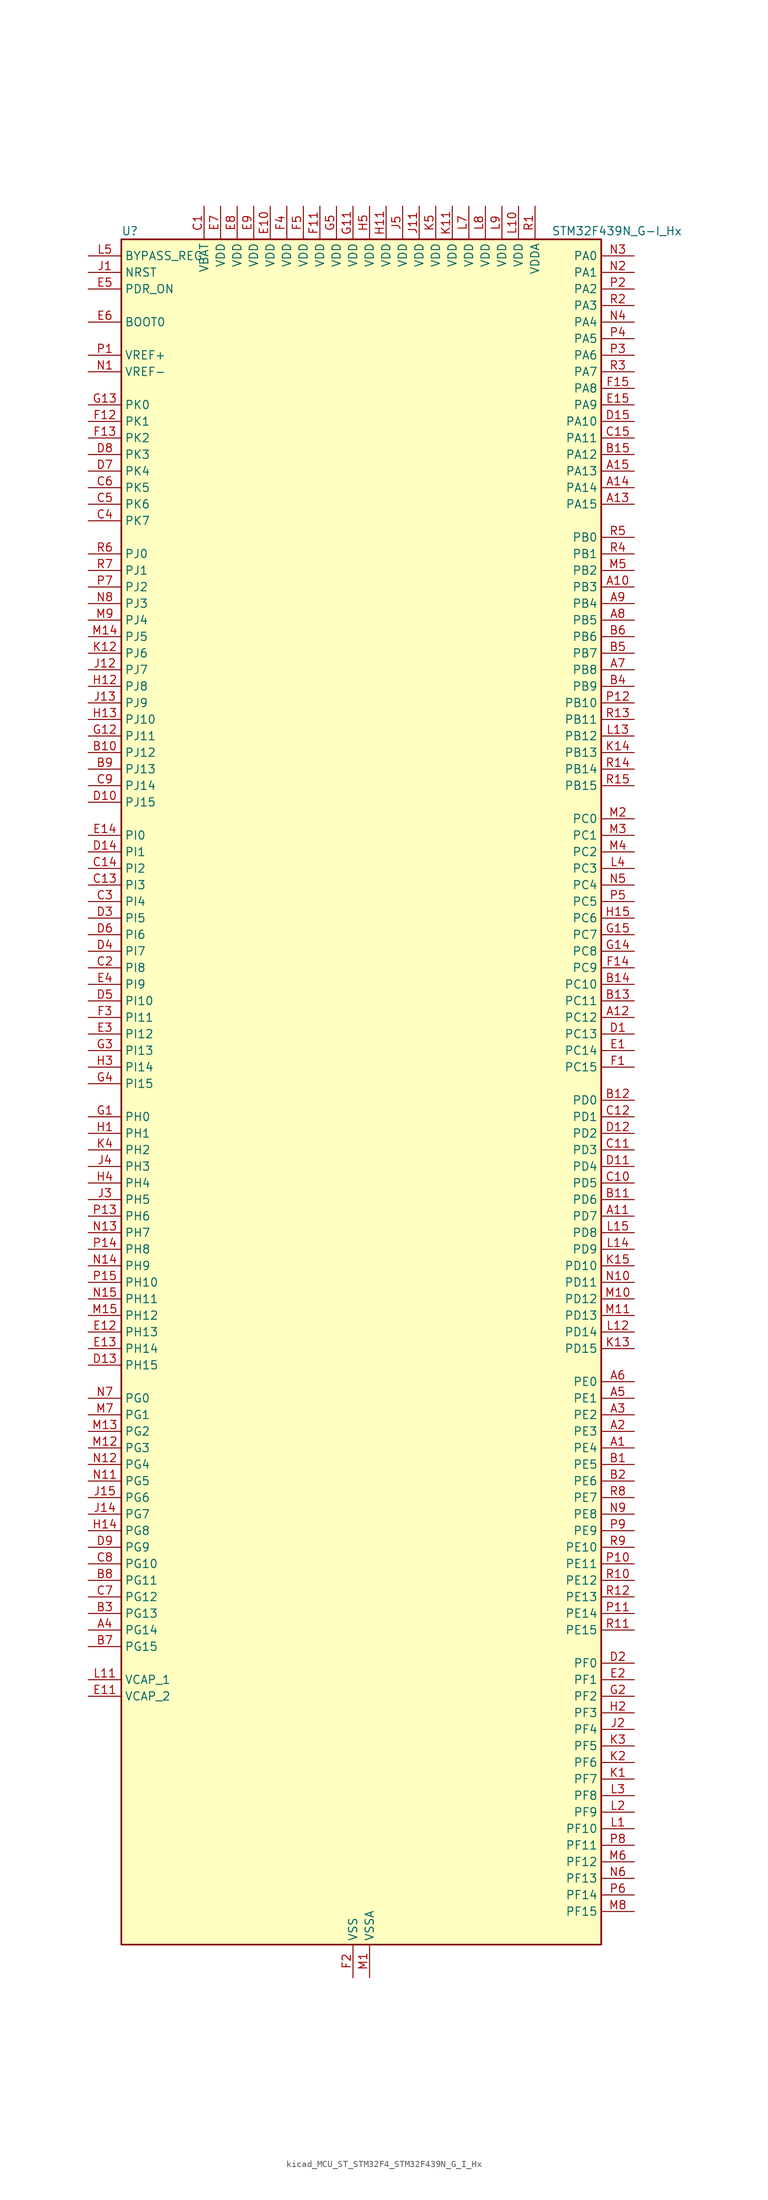
<source format=kicad_sym>
(kicad_symbol_lib
  (version 20220914)
  (generator kicad_symbol_editor)
  (symbol "kicad_MCU_ST_STM32F4_STM32F439N_G_I_Hx"
    (property "Reference" "U"
      (at -35.56 133.35 0)
      (effects (font (size 1.27 1.27)) (justify left)))
    (property "Value" "STM32F439N_G-I_Hx"
      (at 30.48 133.35 0)
      (effects (font (size 1.27 1.27)) (justify left)))
    (property "ki_locked" ""
      (at 0 0 0)
      (effects (font (size 1.27 1.27))))
    (symbol "kicad_MCU_ST_STM32F4_STM32F439N_G_I_Hx_0_1"
      (rectangle (start -35.56 -129.54) (end 38.1 132.08) (stroke (width 0.254) (type default)) (fill (type background))))
    (symbol "kicad_MCU_ST_STM32F4_STM32F439N_G_I_Hx_1_1"
      (pin bidirectional line (at 43.18 -53.34 180) (length 5.08) (name "PE4" (effects (font (size 1.27 1.27)))) (number "A1" (effects (font (size 1.27 1.27)))) (alternate "DCMI_D4" bidirectional line) (alternate "FMC_A20" bidirectional line) (alternate "LTDC_B0" bidirectional line) (alternate "SAI1_FS_A" bidirectional line) (alternate "SPI4_NSS" bidirectional line) (alternate "SYS_TRACED1" bidirectional line))
      (pin bidirectional line (at 43.18 78.74 180) (length 5.08) (name "PB3" (effects (font (size 1.27 1.27)))) (number "A10" (effects (font (size 1.27 1.27)))) (alternate "I2S3_CK" bidirectional line) (alternate "SPI1_SCK" bidirectional line) (alternate "SPI3_SCK" bidirectional line) (alternate "SYS_JTDO-SWO" bidirectional line) (alternate "TIM2_CH2" bidirectional line))
      (pin bidirectional line (at 43.18 -17.78 180) (length 5.08) (name "PD7" (effects (font (size 1.27 1.27)))) (number "A11" (effects (font (size 1.27 1.27)))) (alternate "FMC_NCE2" bidirectional line) (alternate "FMC_NE1" bidirectional line) (alternate "USART2_CK" bidirectional line))
      (pin bidirectional line (at 43.18 12.7 180) (length 5.08) (name "PC12" (effects (font (size 1.27 1.27)))) (number "A12" (effects (font (size 1.27 1.27)))) (alternate "DCMI_D9" bidirectional line) (alternate "I2S3_SD" bidirectional line) (alternate "SDIO_CK" bidirectional line) (alternate "SPI3_MOSI" bidirectional line) (alternate "UART5_TX" bidirectional line) (alternate "USART3_CK" bidirectional line))
      (pin bidirectional line (at 43.18 91.44 180) (length 5.08) (name "PA15" (effects (font (size 1.27 1.27)))) (number "A13" (effects (font (size 1.27 1.27)))) (alternate "ADC1_EXTI15" bidirectional line) (alternate "ADC2_EXTI15" bidirectional line) (alternate "ADC3_EXTI15" bidirectional line) (alternate "I2S3_WS" bidirectional line) (alternate "SPI1_NSS" bidirectional line) (alternate "SPI3_NSS" bidirectional line) (alternate "SYS_JTDI" bidirectional line) (alternate "TIM2_CH1" bidirectional line) (alternate "TIM2_ETR" bidirectional line))
      (pin bidirectional line (at 43.18 93.98 180) (length 5.08) (name "PA14" (effects (font (size 1.27 1.27)))) (number "A14" (effects (font (size 1.27 1.27)))) (alternate "SYS_JTCK-SWCLK" bidirectional line))
      (pin bidirectional line (at 43.18 96.52 180) (length 5.08) (name "PA13" (effects (font (size 1.27 1.27)))) (number "A15" (effects (font (size 1.27 1.27)))) (alternate "SYS_JTMS-SWDIO" bidirectional line))
      (pin bidirectional line (at 43.18 -50.8 180) (length 5.08) (name "PE3" (effects (font (size 1.27 1.27)))) (number "A2" (effects (font (size 1.27 1.27)))) (alternate "FMC_A19" bidirectional line) (alternate "SAI1_SD_B" bidirectional line) (alternate "SYS_TRACED0" bidirectional line))
      (pin bidirectional line (at 43.18 -48.26 180) (length 5.08) (name "PE2" (effects (font (size 1.27 1.27)))) (number "A3" (effects (font (size 1.27 1.27)))) (alternate "ETH_TXD3" bidirectional line) (alternate "FMC_A23" bidirectional line) (alternate "SAI1_MCLK_A" bidirectional line) (alternate "SPI4_SCK" bidirectional line) (alternate "SYS_TRACECLK" bidirectional line))
      (pin bidirectional line (at -40.64 -81.28 0) (length 5.08) (name "PG14" (effects (font (size 1.27 1.27)))) (number "A4" (effects (font (size 1.27 1.27)))) (alternate "ETH_TXD1" bidirectional line) (alternate "FMC_A25" bidirectional line) (alternate "SPI6_MOSI" bidirectional line) (alternate "USART6_TX" bidirectional line))
      (pin bidirectional line (at 43.18 -45.72 180) (length 5.08) (name "PE1" (effects (font (size 1.27 1.27)))) (number "A5" (effects (font (size 1.27 1.27)))) (alternate "DCMI_D3" bidirectional line) (alternate "FMC_NBL1" bidirectional line) (alternate "UART8_TX" bidirectional line))
      (pin bidirectional line (at 43.18 -43.18 180) (length 5.08) (name "PE0" (effects (font (size 1.27 1.27)))) (number "A6" (effects (font (size 1.27 1.27)))) (alternate "DCMI_D2" bidirectional line) (alternate "FMC_NBL0" bidirectional line) (alternate "TIM4_ETR" bidirectional line) (alternate "UART8_RX" bidirectional line))
      (pin bidirectional line (at 43.18 66.04 180) (length 5.08) (name "PB8" (effects (font (size 1.27 1.27)))) (number "A7" (effects (font (size 1.27 1.27)))) (alternate "CAN1_RX" bidirectional line) (alternate "DCMI_D6" bidirectional line) (alternate "ETH_TXD3" bidirectional line) (alternate "I2C1_SCL" bidirectional line) (alternate "LTDC_B6" bidirectional line) (alternate "SDIO_D4" bidirectional line) (alternate "TIM10_CH1" bidirectional line) (alternate "TIM4_CH3" bidirectional line))
      (pin bidirectional line (at 43.18 73.66 180) (length 5.08) (name "PB5" (effects (font (size 1.27 1.27)))) (number "A8" (effects (font (size 1.27 1.27)))) (alternate "CAN2_RX" bidirectional line) (alternate "DCMI_D10" bidirectional line) (alternate "ETH_PPS_OUT" bidirectional line) (alternate "FMC_SDCKE1" bidirectional line) (alternate "I2C1_SMBA" bidirectional line) (alternate "I2S3_SD" bidirectional line) (alternate "SPI1_MOSI" bidirectional line) (alternate "SPI3_MOSI" bidirectional line) (alternate "TIM3_CH2" bidirectional line) (alternate "USB_OTG_HS_ULPI_D7" bidirectional line))
      (pin bidirectional line (at 43.18 76.2 180) (length 5.08) (name "PB4" (effects (font (size 1.27 1.27)))) (number "A9" (effects (font (size 1.27 1.27)))) (alternate "I2S3_ext_SD" bidirectional line) (alternate "SPI1_MISO" bidirectional line) (alternate "SPI3_MISO" bidirectional line) (alternate "SYS_JTRST" bidirectional line) (alternate "TIM3_CH1" bidirectional line))
      (pin bidirectional line (at 43.18 -55.88 180) (length 5.08) (name "PE5" (effects (font (size 1.27 1.27)))) (number "B1" (effects (font (size 1.27 1.27)))) (alternate "DCMI_D6" bidirectional line) (alternate "FMC_A21" bidirectional line) (alternate "LTDC_G0" bidirectional line) (alternate "SAI1_SCK_A" bidirectional line) (alternate "SPI4_MISO" bidirectional line) (alternate "SYS_TRACED2" bidirectional line) (alternate "TIM9_CH1" bidirectional line))
      (pin bidirectional line (at -40.64 53.34 0) (length 5.08) (name "PJ12" (effects (font (size 1.27 1.27)))) (number "B10" (effects (font (size 1.27 1.27)))) (alternate "LTDC_B0" bidirectional line))
      (pin bidirectional line (at 43.18 -15.24 180) (length 5.08) (name "PD6" (effects (font (size 1.27 1.27)))) (number "B11" (effects (font (size 1.27 1.27)))) (alternate "DCMI_D10" bidirectional line) (alternate "FMC_NWAIT" bidirectional line) (alternate "I2S3_SD" bidirectional line) (alternate "LTDC_B2" bidirectional line) (alternate "SAI1_SD_A" bidirectional line) (alternate "SPI3_MOSI" bidirectional line) (alternate "USART2_RX" bidirectional line))
      (pin bidirectional line (at 43.18 0 180) (length 5.08) (name "PD0" (effects (font (size 1.27 1.27)))) (number "B12" (effects (font (size 1.27 1.27)))) (alternate "CAN1_RX" bidirectional line) (alternate "FMC_D2" bidirectional line) (alternate "FMC_DA2" bidirectional line))
      (pin bidirectional line (at 43.18 15.24 180) (length 5.08) (name "PC11" (effects (font (size 1.27 1.27)))) (number "B13" (effects (font (size 1.27 1.27)))) (alternate "ADC1_EXTI11" bidirectional line) (alternate "ADC2_EXTI11" bidirectional line) (alternate "ADC3_EXTI11" bidirectional line) (alternate "DCMI_D4" bidirectional line) (alternate "I2S3_ext_SD" bidirectional line) (alternate "SDIO_D3" bidirectional line) (alternate "SPI3_MISO" bidirectional line) (alternate "UART4_RX" bidirectional line) (alternate "USART3_RX" bidirectional line))
      (pin bidirectional line (at 43.18 17.78 180) (length 5.08) (name "PC10" (effects (font (size 1.27 1.27)))) (number "B14" (effects (font (size 1.27 1.27)))) (alternate "DCMI_D8" bidirectional line) (alternate "I2S3_CK" bidirectional line) (alternate "LTDC_R2" bidirectional line) (alternate "SDIO_D2" bidirectional line) (alternate "SPI3_SCK" bidirectional line) (alternate "UART4_TX" bidirectional line) (alternate "USART3_TX" bidirectional line))
      (pin bidirectional line (at 43.18 99.06 180) (length 5.08) (name "PA12" (effects (font (size 1.27 1.27)))) (number "B15" (effects (font (size 1.27 1.27)))) (alternate "CAN1_TX" bidirectional line) (alternate "LTDC_R5" bidirectional line) (alternate "TIM1_ETR" bidirectional line) (alternate "USART1_RTS" bidirectional line) (alternate "USB_OTG_FS_DP" bidirectional line))
      (pin bidirectional line (at 43.18 -58.42 180) (length 5.08) (name "PE6" (effects (font (size 1.27 1.27)))) (number "B2" (effects (font (size 1.27 1.27)))) (alternate "DCMI_D7" bidirectional line) (alternate "FMC_A22" bidirectional line) (alternate "LTDC_G1" bidirectional line) (alternate "SAI1_SD_A" bidirectional line) (alternate "SPI4_MOSI" bidirectional line) (alternate "SYS_TRACED3" bidirectional line) (alternate "TIM9_CH2" bidirectional line))
      (pin bidirectional line (at -40.64 -78.74 0) (length 5.08) (name "PG13" (effects (font (size 1.27 1.27)))) (number "B3" (effects (font (size 1.27 1.27)))) (alternate "ETH_TXD0" bidirectional line) (alternate "FMC_A24" bidirectional line) (alternate "SPI6_SCK" bidirectional line) (alternate "USART6_CTS" bidirectional line))
      (pin bidirectional line (at 43.18 63.5 180) (length 5.08) (name "PB9" (effects (font (size 1.27 1.27)))) (number "B4" (effects (font (size 1.27 1.27)))) (alternate "CAN1_TX" bidirectional line) (alternate "DAC_EXTI9" bidirectional line) (alternate "DCMI_D7" bidirectional line) (alternate "I2C1_SDA" bidirectional line) (alternate "I2S2_WS" bidirectional line) (alternate "LTDC_B7" bidirectional line) (alternate "SDIO_D5" bidirectional line) (alternate "SPI2_NSS" bidirectional line) (alternate "TIM11_CH1" bidirectional line) (alternate "TIM4_CH4" bidirectional line))
      (pin bidirectional line (at 43.18 68.58 180) (length 5.08) (name "PB7" (effects (font (size 1.27 1.27)))) (number "B5" (effects (font (size 1.27 1.27)))) (alternate "DCMI_VSYNC" bidirectional line) (alternate "FMC_NL" bidirectional line) (alternate "I2C1_SDA" bidirectional line) (alternate "TIM4_CH2" bidirectional line) (alternate "USART1_RX" bidirectional line))
      (pin bidirectional line (at 43.18 71.12 180) (length 5.08) (name "PB6" (effects (font (size 1.27 1.27)))) (number "B6" (effects (font (size 1.27 1.27)))) (alternate "CAN2_TX" bidirectional line) (alternate "DCMI_D5" bidirectional line) (alternate "FMC_SDNE1" bidirectional line) (alternate "I2C1_SCL" bidirectional line) (alternate "TIM4_CH1" bidirectional line) (alternate "USART1_TX" bidirectional line))
      (pin bidirectional line (at -40.64 -83.82 0) (length 5.08) (name "PG15" (effects (font (size 1.27 1.27)))) (number "B7" (effects (font (size 1.27 1.27)))) (alternate "ADC1_EXTI15" bidirectional line) (alternate "ADC2_EXTI15" bidirectional line) (alternate "ADC3_EXTI15" bidirectional line) (alternate "DCMI_D13" bidirectional line) (alternate "FMC_SDNCAS" bidirectional line) (alternate "USART6_CTS" bidirectional line))
      (pin bidirectional line (at -40.64 -73.66 0) (length 5.08) (name "PG11" (effects (font (size 1.27 1.27)))) (number "B8" (effects (font (size 1.27 1.27)))) (alternate "ADC1_EXTI11" bidirectional line) (alternate "ADC2_EXTI11" bidirectional line) (alternate "ADC3_EXTI11" bidirectional line) (alternate "DCMI_D3" bidirectional line) (alternate "ETH_TX_EN" bidirectional line) (alternate "FMC_NCE4_2" bidirectional line) (alternate "LTDC_B3" bidirectional line))
      (pin bidirectional line (at -40.64 50.8 0) (length 5.08) (name "PJ13" (effects (font (size 1.27 1.27)))) (number "B9" (effects (font (size 1.27 1.27)))) (alternate "LTDC_B1" bidirectional line))
      (pin power_in line (at -22.86 137.16 270) (length 5.08) (name "VBAT" (effects (font (size 1.27 1.27)))) (number "C1" (effects (font (size 1.27 1.27)))))
      (pin bidirectional line (at 43.18 -12.7 180) (length 5.08) (name "PD5" (effects (font (size 1.27 1.27)))) (number "C10" (effects (font (size 1.27 1.27)))) (alternate "FMC_NWE" bidirectional line) (alternate "USART2_TX" bidirectional line))
      (pin bidirectional line (at 43.18 -7.62 180) (length 5.08) (name "PD3" (effects (font (size 1.27 1.27)))) (number "C11" (effects (font (size 1.27 1.27)))) (alternate "DCMI_D5" bidirectional line) (alternate "FMC_CLK" bidirectional line) (alternate "I2S2_CK" bidirectional line) (alternate "LTDC_G7" bidirectional line) (alternate "SPI2_SCK" bidirectional line) (alternate "USART2_CTS" bidirectional line))
      (pin bidirectional line (at 43.18 -2.54 180) (length 5.08) (name "PD1" (effects (font (size 1.27 1.27)))) (number "C12" (effects (font (size 1.27 1.27)))) (alternate "CAN1_TX" bidirectional line) (alternate "FMC_D3" bidirectional line) (alternate "FMC_DA3" bidirectional line))
      (pin bidirectional line (at -40.64 33.02 0) (length 5.08) (name "PI3" (effects (font (size 1.27 1.27)))) (number "C13" (effects (font (size 1.27 1.27)))) (alternate "DCMI_D10" bidirectional line) (alternate "FMC_D27" bidirectional line) (alternate "I2S2_SD" bidirectional line) (alternate "SPI2_MOSI" bidirectional line) (alternate "TIM8_ETR" bidirectional line))
      (pin bidirectional line (at -40.64 35.56 0) (length 5.08) (name "PI2" (effects (font (size 1.27 1.27)))) (number "C14" (effects (font (size 1.27 1.27)))) (alternate "DCMI_D9" bidirectional line) (alternate "FMC_D26" bidirectional line) (alternate "I2S2_ext_SD" bidirectional line) (alternate "LTDC_G7" bidirectional line) (alternate "SPI2_MISO" bidirectional line) (alternate "TIM8_CH4" bidirectional line))
      (pin bidirectional line (at 43.18 101.6 180) (length 5.08) (name "PA11" (effects (font (size 1.27 1.27)))) (number "C15" (effects (font (size 1.27 1.27)))) (alternate "ADC1_EXTI11" bidirectional line) (alternate "ADC2_EXTI11" bidirectional line) (alternate "ADC3_EXTI11" bidirectional line) (alternate "CAN1_RX" bidirectional line) (alternate "LTDC_R4" bidirectional line) (alternate "TIM1_CH4" bidirectional line) (alternate "USART1_CTS" bidirectional line) (alternate "USB_OTG_FS_DM" bidirectional line))
      (pin bidirectional line (at -40.64 20.32 0) (length 5.08) (name "PI8" (effects (font (size 1.27 1.27)))) (number "C2" (effects (font (size 1.27 1.27)))) (alternate "RTC_AF2" bidirectional line))
      (pin bidirectional line (at -40.64 30.48 0) (length 5.08) (name "PI4" (effects (font (size 1.27 1.27)))) (number "C3" (effects (font (size 1.27 1.27)))) (alternate "DCMI_D5" bidirectional line) (alternate "FMC_NBL2" bidirectional line) (alternate "LTDC_B4" bidirectional line) (alternate "TIM8_BKIN" bidirectional line))
      (pin bidirectional line (at -40.64 88.9 0) (length 5.08) (name "PK7" (effects (font (size 1.27 1.27)))) (number "C4" (effects (font (size 1.27 1.27)))) (alternate "LTDC_DE" bidirectional line))
      (pin bidirectional line (at -40.64 91.44 0) (length 5.08) (name "PK6" (effects (font (size 1.27 1.27)))) (number "C5" (effects (font (size 1.27 1.27)))) (alternate "LTDC_B7" bidirectional line))
      (pin bidirectional line (at -40.64 93.98 0) (length 5.08) (name "PK5" (effects (font (size 1.27 1.27)))) (number "C6" (effects (font (size 1.27 1.27)))) (alternate "LTDC_B6" bidirectional line))
      (pin bidirectional line (at -40.64 -76.2 0) (length 5.08) (name "PG12" (effects (font (size 1.27 1.27)))) (number "C7" (effects (font (size 1.27 1.27)))) (alternate "FMC_NE4" bidirectional line) (alternate "LTDC_B1" bidirectional line) (alternate "LTDC_B4" bidirectional line) (alternate "SPI6_MISO" bidirectional line) (alternate "USART6_RTS" bidirectional line))
      (pin bidirectional line (at -40.64 -71.12 0) (length 5.08) (name "PG10" (effects (font (size 1.27 1.27)))) (number "C8" (effects (font (size 1.27 1.27)))) (alternate "DCMI_D2" bidirectional line) (alternate "FMC_NCE4_1" bidirectional line) (alternate "FMC_NE3" bidirectional line) (alternate "LTDC_B2" bidirectional line) (alternate "LTDC_G3" bidirectional line))
      (pin bidirectional line (at -40.64 48.26 0) (length 5.08) (name "PJ14" (effects (font (size 1.27 1.27)))) (number "C9" (effects (font (size 1.27 1.27)))) (alternate "LTDC_B2" bidirectional line))
      (pin bidirectional line (at 43.18 10.16 180) (length 5.08) (name "PC13" (effects (font (size 1.27 1.27)))) (number "D1" (effects (font (size 1.27 1.27)))) (alternate "RTC_AF1" bidirectional line))
      (pin bidirectional line (at -40.64 45.72 0) (length 5.08) (name "PJ15" (effects (font (size 1.27 1.27)))) (number "D10" (effects (font (size 1.27 1.27)))) (alternate "ADC1_EXTI15" bidirectional line) (alternate "ADC2_EXTI15" bidirectional line) (alternate "ADC3_EXTI15" bidirectional line) (alternate "LTDC_B3" bidirectional line))
      (pin bidirectional line (at 43.18 -10.16 180) (length 5.08) (name "PD4" (effects (font (size 1.27 1.27)))) (number "D11" (effects (font (size 1.27 1.27)))) (alternate "FMC_NOE" bidirectional line) (alternate "USART2_RTS" bidirectional line))
      (pin bidirectional line (at 43.18 -5.08 180) (length 5.08) (name "PD2" (effects (font (size 1.27 1.27)))) (number "D12" (effects (font (size 1.27 1.27)))) (alternate "DCMI_D11" bidirectional line) (alternate "SDIO_CMD" bidirectional line) (alternate "TIM3_ETR" bidirectional line) (alternate "UART5_RX" bidirectional line))
      (pin bidirectional line (at -40.64 -40.64 0) (length 5.08) (name "PH15" (effects (font (size 1.27 1.27)))) (number "D13" (effects (font (size 1.27 1.27)))) (alternate "ADC1_EXTI15" bidirectional line) (alternate "ADC2_EXTI15" bidirectional line) (alternate "ADC3_EXTI15" bidirectional line) (alternate "DCMI_D11" bidirectional line) (alternate "FMC_D23" bidirectional line) (alternate "LTDC_G4" bidirectional line) (alternate "TIM8_CH3N" bidirectional line))
      (pin bidirectional line (at -40.64 38.1 0) (length 5.08) (name "PI1" (effects (font (size 1.27 1.27)))) (number "D14" (effects (font (size 1.27 1.27)))) (alternate "DCMI_D8" bidirectional line) (alternate "FMC_D25" bidirectional line) (alternate "I2S2_CK" bidirectional line) (alternate "LTDC_G6" bidirectional line) (alternate "SPI2_SCK" bidirectional line))
      (pin bidirectional line (at 43.18 104.14 180) (length 5.08) (name "PA10" (effects (font (size 1.27 1.27)))) (number "D15" (effects (font (size 1.27 1.27)))) (alternate "DCMI_D1" bidirectional line) (alternate "TIM1_CH3" bidirectional line) (alternate "USART1_RX" bidirectional line) (alternate "USB_OTG_FS_ID" bidirectional line))
      (pin bidirectional line (at 43.18 -86.36 180) (length 5.08) (name "PF0" (effects (font (size 1.27 1.27)))) (number "D2" (effects (font (size 1.27 1.27)))) (alternate "FMC_A0" bidirectional line) (alternate "I2C2_SDA" bidirectional line))
      (pin bidirectional line (at -40.64 27.94 0) (length 5.08) (name "PI5" (effects (font (size 1.27 1.27)))) (number "D3" (effects (font (size 1.27 1.27)))) (alternate "DCMI_VSYNC" bidirectional line) (alternate "FMC_NBL3" bidirectional line) (alternate "LTDC_B5" bidirectional line) (alternate "TIM8_CH1" bidirectional line))
      (pin bidirectional line (at -40.64 22.86 0) (length 5.08) (name "PI7" (effects (font (size 1.27 1.27)))) (number "D4" (effects (font (size 1.27 1.27)))) (alternate "DCMI_D7" bidirectional line) (alternate "FMC_D29" bidirectional line) (alternate "LTDC_B7" bidirectional line) (alternate "TIM8_CH3" bidirectional line))
      (pin bidirectional line (at -40.64 15.24 0) (length 5.08) (name "PI10" (effects (font (size 1.27 1.27)))) (number "D5" (effects (font (size 1.27 1.27)))) (alternate "ETH_RX_ER" bidirectional line) (alternate "FMC_D31" bidirectional line) (alternate "LTDC_HSYNC" bidirectional line))
      (pin bidirectional line (at -40.64 25.4 0) (length 5.08) (name "PI6" (effects (font (size 1.27 1.27)))) (number "D6" (effects (font (size 1.27 1.27)))) (alternate "DCMI_D6" bidirectional line) (alternate "FMC_D28" bidirectional line) (alternate "LTDC_B6" bidirectional line) (alternate "TIM8_CH2" bidirectional line))
      (pin bidirectional line (at -40.64 96.52 0) (length 5.08) (name "PK4" (effects (font (size 1.27 1.27)))) (number "D7" (effects (font (size 1.27 1.27)))) (alternate "LTDC_B5" bidirectional line))
      (pin bidirectional line (at -40.64 99.06 0) (length 5.08) (name "PK3" (effects (font (size 1.27 1.27)))) (number "D8" (effects (font (size 1.27 1.27)))) (alternate "LTDC_B4" bidirectional line))
      (pin bidirectional line (at -40.64 -68.58 0) (length 5.08) (name "PG9" (effects (font (size 1.27 1.27)))) (number "D9" (effects (font (size 1.27 1.27)))) (alternate "DAC_EXTI9" bidirectional line) (alternate "DCMI_VSYNC" bidirectional line) (alternate "FMC_NCE3" bidirectional line) (alternate "FMC_NE2" bidirectional line) (alternate "USART6_RX" bidirectional line))
      (pin bidirectional line (at 43.18 7.62 180) (length 5.08) (name "PC14" (effects (font (size 1.27 1.27)))) (number "E1" (effects (font (size 1.27 1.27)))) (alternate "RCC_OSC32_IN" bidirectional line))
      (pin power_in line (at -12.7 137.16 270) (length 5.08) (name "VDD" (effects (font (size 1.27 1.27)))) (number "E10" (effects (font (size 1.27 1.27)))))
      (pin power_out line (at -40.64 -91.44 0) (length 5.08) (name "VCAP_2" (effects (font (size 1.27 1.27)))) (number "E11" (effects (font (size 1.27 1.27)))))
      (pin bidirectional line (at -40.64 -35.56 0) (length 5.08) (name "PH13" (effects (font (size 1.27 1.27)))) (number "E12" (effects (font (size 1.27 1.27)))) (alternate "CAN1_TX" bidirectional line) (alternate "FMC_D21" bidirectional line) (alternate "LTDC_G2" bidirectional line) (alternate "TIM8_CH1N" bidirectional line))
      (pin bidirectional line (at -40.64 -38.1 0) (length 5.08) (name "PH14" (effects (font (size 1.27 1.27)))) (number "E13" (effects (font (size 1.27 1.27)))) (alternate "DCMI_D4" bidirectional line) (alternate "FMC_D22" bidirectional line) (alternate "LTDC_G3" bidirectional line) (alternate "TIM8_CH2N" bidirectional line))
      (pin bidirectional line (at -40.64 40.64 0) (length 5.08) (name "PI0" (effects (font (size 1.27 1.27)))) (number "E14" (effects (font (size 1.27 1.27)))) (alternate "DCMI_D13" bidirectional line) (alternate "FMC_D24" bidirectional line) (alternate "I2S2_WS" bidirectional line) (alternate "LTDC_G5" bidirectional line) (alternate "SPI2_NSS" bidirectional line) (alternate "TIM5_CH4" bidirectional line))
      (pin bidirectional line (at 43.18 106.68 180) (length 5.08) (name "PA9" (effects (font (size 1.27 1.27)))) (number "E15" (effects (font (size 1.27 1.27)))) (alternate "DAC_EXTI9" bidirectional line) (alternate "DCMI_D0" bidirectional line) (alternate "I2C3_SMBA" bidirectional line) (alternate "TIM1_CH2" bidirectional line) (alternate "USART1_TX" bidirectional line) (alternate "USB_OTG_FS_VBUS" bidirectional line))
      (pin bidirectional line (at 43.18 -88.9 180) (length 5.08) (name "PF1" (effects (font (size 1.27 1.27)))) (number "E2" (effects (font (size 1.27 1.27)))) (alternate "FMC_A1" bidirectional line) (alternate "I2C2_SCL" bidirectional line))
      (pin bidirectional line (at -40.64 10.16 0) (length 5.08) (name "PI12" (effects (font (size 1.27 1.27)))) (number "E3" (effects (font (size 1.27 1.27)))) (alternate "LTDC_HSYNC" bidirectional line))
      (pin bidirectional line (at -40.64 17.78 0) (length 5.08) (name "PI9" (effects (font (size 1.27 1.27)))) (number "E4" (effects (font (size 1.27 1.27)))) (alternate "CAN1_RX" bidirectional line) (alternate "DAC_EXTI9" bidirectional line) (alternate "FMC_D30" bidirectional line) (alternate "LTDC_VSYNC" bidirectional line))
      (pin input line (at -40.64 124.46 0) (length 5.08) (name "PDR_ON" (effects (font (size 1.27 1.27)))) (number "E5" (effects (font (size 1.27 1.27)))))
      (pin input line (at -40.64 119.38 0) (length 5.08) (name "BOOT0" (effects (font (size 1.27 1.27)))) (number "E6" (effects (font (size 1.27 1.27)))))
      (pin power_in line (at -20.32 137.16 270) (length 5.08) (name "VDD" (effects (font (size 1.27 1.27)))) (number "E7" (effects (font (size 1.27 1.27)))))
      (pin power_in line (at -17.78 137.16 270) (length 5.08) (name "VDD" (effects (font (size 1.27 1.27)))) (number "E8" (effects (font (size 1.27 1.27)))))
      (pin power_in line (at -15.24 137.16 270) (length 5.08) (name "VDD" (effects (font (size 1.27 1.27)))) (number "E9" (effects (font (size 1.27 1.27)))))
      (pin bidirectional line (at 43.18 5.08 180) (length 5.08) (name "PC15" (effects (font (size 1.27 1.27)))) (number "F1" (effects (font (size 1.27 1.27)))) (alternate "ADC1_EXTI15" bidirectional line) (alternate "ADC2_EXTI15" bidirectional line) (alternate "ADC3_EXTI15" bidirectional line) (alternate "RCC_OSC32_OUT" bidirectional line))
      (pin passive line (at 0 -134.62 90) (length 5.08) hide (name "VSS" (effects (font (size 1.27 1.27)))) (number "F10" (effects (font (size 1.27 1.27)))))
      (pin power_in line (at -5.08 137.16 270) (length 5.08) (name "VDD" (effects (font (size 1.27 1.27)))) (number "F11" (effects (font (size 1.27 1.27)))))
      (pin bidirectional line (at -40.64 104.14 0) (length 5.08) (name "PK1" (effects (font (size 1.27 1.27)))) (number "F12" (effects (font (size 1.27 1.27)))) (alternate "LTDC_G6" bidirectional line))
      (pin bidirectional line (at -40.64 101.6 0) (length 5.08) (name "PK2" (effects (font (size 1.27 1.27)))) (number "F13" (effects (font (size 1.27 1.27)))) (alternate "LTDC_G7" bidirectional line))
      (pin bidirectional line (at 43.18 20.32 180) (length 5.08) (name "PC9" (effects (font (size 1.27 1.27)))) (number "F14" (effects (font (size 1.27 1.27)))) (alternate "DAC_EXTI9" bidirectional line) (alternate "DCMI_D3" bidirectional line) (alternate "I2C3_SDA" bidirectional line) (alternate "I2S_CKIN" bidirectional line) (alternate "RCC_MCO_2" bidirectional line) (alternate "SDIO_D1" bidirectional line) (alternate "TIM3_CH4" bidirectional line) (alternate "TIM8_CH4" bidirectional line))
      (pin bidirectional line (at 43.18 109.22 180) (length 5.08) (name "PA8" (effects (font (size 1.27 1.27)))) (number "F15" (effects (font (size 1.27 1.27)))) (alternate "I2C3_SCL" bidirectional line) (alternate "LTDC_R6" bidirectional line) (alternate "RCC_MCO_1" bidirectional line) (alternate "TIM1_CH1" bidirectional line) (alternate "USART1_CK" bidirectional line) (alternate "USB_OTG_FS_SOF" bidirectional line))
      (pin power_in line (at 0 -134.62 90) (length 5.08) (name "VSS" (effects (font (size 1.27 1.27)))) (number "F2" (effects (font (size 1.27 1.27)))))
      (pin bidirectional line (at -40.64 12.7 0) (length 5.08) (name "PI11" (effects (font (size 1.27 1.27)))) (number "F3" (effects (font (size 1.27 1.27)))) (alternate "ADC1_EXTI11" bidirectional line) (alternate "ADC2_EXTI11" bidirectional line) (alternate "ADC3_EXTI11" bidirectional line) (alternate "USB_OTG_HS_ULPI_DIR" bidirectional line))
      (pin power_in line (at -10.16 137.16 270) (length 5.08) (name "VDD" (effects (font (size 1.27 1.27)))) (number "F4" (effects (font (size 1.27 1.27)))))
      (pin power_in line (at -7.62 137.16 270) (length 5.08) (name "VDD" (effects (font (size 1.27 1.27)))) (number "F5" (effects (font (size 1.27 1.27)))))
      (pin passive line (at 0 -134.62 90) (length 5.08) hide (name "VSS" (effects (font (size 1.27 1.27)))) (number "F6" (effects (font (size 1.27 1.27)))))
      (pin passive line (at 0 -134.62 90) (length 5.08) hide (name "VSS" (effects (font (size 1.27 1.27)))) (number "F7" (effects (font (size 1.27 1.27)))))
      (pin passive line (at 0 -134.62 90) (length 5.08) hide (name "VSS" (effects (font (size 1.27 1.27)))) (number "F8" (effects (font (size 1.27 1.27)))))
      (pin passive line (at 0 -134.62 90) (length 5.08) hide (name "VSS" (effects (font (size 1.27 1.27)))) (number "F9" (effects (font (size 1.27 1.27)))))
      (pin bidirectional line (at -40.64 -2.54 0) (length 5.08) (name "PH0" (effects (font (size 1.27 1.27)))) (number "G1" (effects (font (size 1.27 1.27)))) (alternate "RCC_OSC_IN" bidirectional line))
      (pin passive line (at 0 -134.62 90) (length 5.08) hide (name "VSS" (effects (font (size 1.27 1.27)))) (number "G10" (effects (font (size 1.27 1.27)))))
      (pin power_in line (at 0 137.16 270) (length 5.08) (name "VDD" (effects (font (size 1.27 1.27)))) (number "G11" (effects (font (size 1.27 1.27)))))
      (pin bidirectional line (at -40.64 55.88 0) (length 5.08) (name "PJ11" (effects (font (size 1.27 1.27)))) (number "G12" (effects (font (size 1.27 1.27)))) (alternate "ADC1_EXTI11" bidirectional line) (alternate "ADC2_EXTI11" bidirectional line) (alternate "ADC3_EXTI11" bidirectional line) (alternate "LTDC_G4" bidirectional line))
      (pin bidirectional line (at -40.64 106.68 0) (length 5.08) (name "PK0" (effects (font (size 1.27 1.27)))) (number "G13" (effects (font (size 1.27 1.27)))) (alternate "LTDC_G5" bidirectional line))
      (pin bidirectional line (at 43.18 22.86 180) (length 5.08) (name "PC8" (effects (font (size 1.27 1.27)))) (number "G14" (effects (font (size 1.27 1.27)))) (alternate "DCMI_D2" bidirectional line) (alternate "SDIO_D0" bidirectional line) (alternate "TIM3_CH3" bidirectional line) (alternate "TIM8_CH3" bidirectional line) (alternate "USART6_CK" bidirectional line))
      (pin bidirectional line (at 43.18 25.4 180) (length 5.08) (name "PC7" (effects (font (size 1.27 1.27)))) (number "G15" (effects (font (size 1.27 1.27)))) (alternate "DCMI_D1" bidirectional line) (alternate "I2S3_MCK" bidirectional line) (alternate "LTDC_G6" bidirectional line) (alternate "SDIO_D7" bidirectional line) (alternate "TIM3_CH2" bidirectional line) (alternate "TIM8_CH2" bidirectional line) (alternate "USART6_RX" bidirectional line))
      (pin bidirectional line (at 43.18 -91.44 180) (length 5.08) (name "PF2" (effects (font (size 1.27 1.27)))) (number "G2" (effects (font (size 1.27 1.27)))) (alternate "FMC_A2" bidirectional line) (alternate "I2C2_SMBA" bidirectional line))
      (pin bidirectional line (at -40.64 7.62 0) (length 5.08) (name "PI13" (effects (font (size 1.27 1.27)))) (number "G3" (effects (font (size 1.27 1.27)))) (alternate "LTDC_VSYNC" bidirectional line))
      (pin bidirectional line (at -40.64 2.54 0) (length 5.08) (name "PI15" (effects (font (size 1.27 1.27)))) (number "G4" (effects (font (size 1.27 1.27)))) (alternate "ADC1_EXTI15" bidirectional line) (alternate "ADC2_EXTI15" bidirectional line) (alternate "ADC3_EXTI15" bidirectional line) (alternate "LTDC_R0" bidirectional line))
      (pin power_in line (at -2.54 137.16 270) (length 5.08) (name "VDD" (effects (font (size 1.27 1.27)))) (number "G5" (effects (font (size 1.27 1.27)))))
      (pin passive line (at 0 -134.62 90) (length 5.08) hide (name "VSS" (effects (font (size 1.27 1.27)))) (number "G6" (effects (font (size 1.27 1.27)))))
      (pin bidirectional line (at -40.64 -5.08 0) (length 5.08) (name "PH1" (effects (font (size 1.27 1.27)))) (number "H1" (effects (font (size 1.27 1.27)))) (alternate "RCC_OSC_OUT" bidirectional line))
      (pin passive line (at 0 -134.62 90) (length 5.08) hide (name "VSS" (effects (font (size 1.27 1.27)))) (number "H10" (effects (font (size 1.27 1.27)))))
      (pin power_in line (at 5.08 137.16 270) (length 5.08) (name "VDD" (effects (font (size 1.27 1.27)))) (number "H11" (effects (font (size 1.27 1.27)))))
      (pin bidirectional line (at -40.64 63.5 0) (length 5.08) (name "PJ8" (effects (font (size 1.27 1.27)))) (number "H12" (effects (font (size 1.27 1.27)))) (alternate "LTDC_G1" bidirectional line))
      (pin bidirectional line (at -40.64 58.42 0) (length 5.08) (name "PJ10" (effects (font (size 1.27 1.27)))) (number "H13" (effects (font (size 1.27 1.27)))) (alternate "LTDC_G3" bidirectional line))
      (pin bidirectional line (at -40.64 -66.04 0) (length 5.08) (name "PG8" (effects (font (size 1.27 1.27)))) (number "H14" (effects (font (size 1.27 1.27)))) (alternate "ETH_PPS_OUT" bidirectional line) (alternate "FMC_SDCLK" bidirectional line) (alternate "SPI6_NSS" bidirectional line) (alternate "USART6_RTS" bidirectional line))
      (pin bidirectional line (at 43.18 27.94 180) (length 5.08) (name "PC6" (effects (font (size 1.27 1.27)))) (number "H15" (effects (font (size 1.27 1.27)))) (alternate "DCMI_D0" bidirectional line) (alternate "I2S2_MCK" bidirectional line) (alternate "LTDC_HSYNC" bidirectional line) (alternate "SDIO_D6" bidirectional line) (alternate "TIM3_CH1" bidirectional line) (alternate "TIM8_CH1" bidirectional line) (alternate "USART6_TX" bidirectional line))
      (pin bidirectional line (at 43.18 -93.98 180) (length 5.08) (name "PF3" (effects (font (size 1.27 1.27)))) (number "H2" (effects (font (size 1.27 1.27)))) (alternate "ADC3_IN9" bidirectional line) (alternate "FMC_A3" bidirectional line))
      (pin bidirectional line (at -40.64 5.08 0) (length 5.08) (name "PI14" (effects (font (size 1.27 1.27)))) (number "H3" (effects (font (size 1.27 1.27)))) (alternate "LTDC_CLK" bidirectional line))
      (pin bidirectional line (at -40.64 -12.7 0) (length 5.08) (name "PH4" (effects (font (size 1.27 1.27)))) (number "H4" (effects (font (size 1.27 1.27)))) (alternate "I2C2_SCL" bidirectional line) (alternate "USB_OTG_HS_ULPI_NXT" bidirectional line))
      (pin power_in line (at 2.54 137.16 270) (length 5.08) (name "VDD" (effects (font (size 1.27 1.27)))) (number "H5" (effects (font (size 1.27 1.27)))))
      (pin passive line (at 0 -134.62 90) (length 5.08) hide (name "VSS" (effects (font (size 1.27 1.27)))) (number "H6" (effects (font (size 1.27 1.27)))))
      (pin input line (at -40.64 127 0) (length 5.08) (name "NRST" (effects (font (size 1.27 1.27)))) (number "J1" (effects (font (size 1.27 1.27)))))
      (pin passive line (at 0 -134.62 90) (length 5.08) hide (name "VSS" (effects (font (size 1.27 1.27)))) (number "J10" (effects (font (size 1.27 1.27)))))
      (pin power_in line (at 10.16 137.16 270) (length 5.08) (name "VDD" (effects (font (size 1.27 1.27)))) (number "J11" (effects (font (size 1.27 1.27)))))
      (pin bidirectional line (at -40.64 66.04 0) (length 5.08) (name "PJ7" (effects (font (size 1.27 1.27)))) (number "J12" (effects (font (size 1.27 1.27)))) (alternate "LTDC_G0" bidirectional line))
      (pin bidirectional line (at -40.64 60.96 0) (length 5.08) (name "PJ9" (effects (font (size 1.27 1.27)))) (number "J13" (effects (font (size 1.27 1.27)))) (alternate "DAC_EXTI9" bidirectional line) (alternate "LTDC_G2" bidirectional line))
      (pin bidirectional line (at -40.64 -63.5 0) (length 5.08) (name "PG7" (effects (font (size 1.27 1.27)))) (number "J14" (effects (font (size 1.27 1.27)))) (alternate "DCMI_D13" bidirectional line) (alternate "FMC_INT3" bidirectional line) (alternate "LTDC_CLK" bidirectional line) (alternate "USART6_CK" bidirectional line))
      (pin bidirectional line (at -40.64 -60.96 0) (length 5.08) (name "PG6" (effects (font (size 1.27 1.27)))) (number "J15" (effects (font (size 1.27 1.27)))) (alternate "DCMI_D12" bidirectional line) (alternate "FMC_INT2" bidirectional line) (alternate "LTDC_R7" bidirectional line))
      (pin bidirectional line (at 43.18 -96.52 180) (length 5.08) (name "PF4" (effects (font (size 1.27 1.27)))) (number "J2" (effects (font (size 1.27 1.27)))) (alternate "ADC3_IN14" bidirectional line) (alternate "FMC_A4" bidirectional line))
      (pin bidirectional line (at -40.64 -15.24 0) (length 5.08) (name "PH5" (effects (font (size 1.27 1.27)))) (number "J3" (effects (font (size 1.27 1.27)))) (alternate "FMC_SDNWE" bidirectional line) (alternate "I2C2_SDA" bidirectional line) (alternate "SPI5_NSS" bidirectional line))
      (pin bidirectional line (at -40.64 -10.16 0) (length 5.08) (name "PH3" (effects (font (size 1.27 1.27)))) (number "J4" (effects (font (size 1.27 1.27)))) (alternate "ETH_COL" bidirectional line) (alternate "FMC_SDNE0" bidirectional line) (alternate "LTDC_R1" bidirectional line))
      (pin power_in line (at 7.62 137.16 270) (length 5.08) (name "VDD" (effects (font (size 1.27 1.27)))) (number "J5" (effects (font (size 1.27 1.27)))))
      (pin passive line (at 0 -134.62 90) (length 5.08) hide (name "VSS" (effects (font (size 1.27 1.27)))) (number "J6" (effects (font (size 1.27 1.27)))))
      (pin bidirectional line (at 43.18 -104.14 180) (length 5.08) (name "PF7" (effects (font (size 1.27 1.27)))) (number "K1" (effects (font (size 1.27 1.27)))) (alternate "ADC3_IN5" bidirectional line) (alternate "FMC_NREG" bidirectional line) (alternate "SAI1_MCLK_B" bidirectional line) (alternate "SPI5_SCK" bidirectional line) (alternate "TIM11_CH1" bidirectional line) (alternate "UART7_TX" bidirectional line))
      (pin passive line (at 0 -134.62 90) (length 5.08) hide (name "VSS" (effects (font (size 1.27 1.27)))) (number "K10" (effects (font (size 1.27 1.27)))))
      (pin power_in line (at 15.24 137.16 270) (length 5.08) (name "VDD" (effects (font (size 1.27 1.27)))) (number "K11" (effects (font (size 1.27 1.27)))))
      (pin bidirectional line (at -40.64 68.58 0) (length 5.08) (name "PJ6" (effects (font (size 1.27 1.27)))) (number "K12" (effects (font (size 1.27 1.27)))) (alternate "LTDC_R7" bidirectional line))
      (pin bidirectional line (at 43.18 -38.1 180) (length 5.08) (name "PD15" (effects (font (size 1.27 1.27)))) (number "K13" (effects (font (size 1.27 1.27)))) (alternate "ADC1_EXTI15" bidirectional line) (alternate "ADC2_EXTI15" bidirectional line) (alternate "ADC3_EXTI15" bidirectional line) (alternate "FMC_D1" bidirectional line) (alternate "FMC_DA1" bidirectional line) (alternate "TIM4_CH4" bidirectional line))
      (pin bidirectional line (at 43.18 53.34 180) (length 5.08) (name "PB13" (effects (font (size 1.27 1.27)))) (number "K14" (effects (font (size 1.27 1.27)))) (alternate "CAN2_TX" bidirectional line) (alternate "ETH_TXD1" bidirectional line) (alternate "I2S2_CK" bidirectional line) (alternate "SPI2_SCK" bidirectional line) (alternate "TIM1_CH1N" bidirectional line) (alternate "USART3_CTS" bidirectional line) (alternate "USB_OTG_HS_ULPI_D6" bidirectional line) (alternate "USB_OTG_HS_VBUS" bidirectional line))
      (pin bidirectional line (at 43.18 -25.4 180) (length 5.08) (name "PD10" (effects (font (size 1.27 1.27)))) (number "K15" (effects (font (size 1.27 1.27)))) (alternate "FMC_D15" bidirectional line) (alternate "FMC_DA15" bidirectional line) (alternate "LTDC_B3" bidirectional line) (alternate "USART3_CK" bidirectional line))
      (pin bidirectional line (at 43.18 -101.6 180) (length 5.08) (name "PF6" (effects (font (size 1.27 1.27)))) (number "K2" (effects (font (size 1.27 1.27)))) (alternate "ADC3_IN4" bidirectional line) (alternate "FMC_NIORD" bidirectional line) (alternate "SAI1_SD_B" bidirectional line) (alternate "SPI5_NSS" bidirectional line) (alternate "TIM10_CH1" bidirectional line) (alternate "UART7_RX" bidirectional line))
      (pin bidirectional line (at 43.18 -99.06 180) (length 5.08) (name "PF5" (effects (font (size 1.27 1.27)))) (number "K3" (effects (font (size 1.27 1.27)))) (alternate "ADC3_IN15" bidirectional line) (alternate "FMC_A5" bidirectional line))
      (pin bidirectional line (at -40.64 -7.62 0) (length 5.08) (name "PH2" (effects (font (size 1.27 1.27)))) (number "K4" (effects (font (size 1.27 1.27)))) (alternate "ETH_CRS" bidirectional line) (alternate "FMC_SDCKE0" bidirectional line) (alternate "LTDC_R0" bidirectional line))
      (pin power_in line (at 12.7 137.16 270) (length 5.08) (name "VDD" (effects (font (size 1.27 1.27)))) (number "K5" (effects (font (size 1.27 1.27)))))
      (pin passive line (at 0 -134.62 90) (length 5.08) hide (name "VSS" (effects (font (size 1.27 1.27)))) (number "K6" (effects (font (size 1.27 1.27)))))
      (pin passive line (at 0 -134.62 90) (length 5.08) hide (name "VSS" (effects (font (size 1.27 1.27)))) (number "K7" (effects (font (size 1.27 1.27)))))
      (pin passive line (at 0 -134.62 90) (length 5.08) hide (name "VSS" (effects (font (size 1.27 1.27)))) (number "K8" (effects (font (size 1.27 1.27)))))
      (pin passive line (at 0 -134.62 90) (length 5.08) hide (name "VSS" (effects (font (size 1.27 1.27)))) (number "K9" (effects (font (size 1.27 1.27)))))
      (pin bidirectional line (at 43.18 -111.76 180) (length 5.08) (name "PF10" (effects (font (size 1.27 1.27)))) (number "L1" (effects (font (size 1.27 1.27)))) (alternate "ADC3_IN8" bidirectional line) (alternate "DCMI_D11" bidirectional line) (alternate "FMC_INTR" bidirectional line) (alternate "LTDC_DE" bidirectional line))
      (pin power_in line (at 25.4 137.16 270) (length 5.08) (name "VDD" (effects (font (size 1.27 1.27)))) (number "L10" (effects (font (size 1.27 1.27)))))
      (pin power_out line (at -40.64 -88.9 0) (length 5.08) (name "VCAP_1" (effects (font (size 1.27 1.27)))) (number "L11" (effects (font (size 1.27 1.27)))))
      (pin bidirectional line (at 43.18 -35.56 180) (length 5.08) (name "PD14" (effects (font (size 1.27 1.27)))) (number "L12" (effects (font (size 1.27 1.27)))) (alternate "FMC_D0" bidirectional line) (alternate "FMC_DA0" bidirectional line) (alternate "TIM4_CH3" bidirectional line))
      (pin bidirectional line (at 43.18 55.88 180) (length 5.08) (name "PB12" (effects (font (size 1.27 1.27)))) (number "L13" (effects (font (size 1.27 1.27)))) (alternate "CAN2_RX" bidirectional line) (alternate "ETH_TXD0" bidirectional line) (alternate "I2C2_SMBA" bidirectional line) (alternate "I2S2_WS" bidirectional line) (alternate "SPI2_NSS" bidirectional line) (alternate "TIM1_BKIN" bidirectional line) (alternate "USART3_CK" bidirectional line) (alternate "USB_OTG_HS_ID" bidirectional line) (alternate "USB_OTG_HS_ULPI_D5" bidirectional line))
      (pin bidirectional line (at 43.18 -22.86 180) (length 5.08) (name "PD9" (effects (font (size 1.27 1.27)))) (number "L14" (effects (font (size 1.27 1.27)))) (alternate "DAC_EXTI9" bidirectional line) (alternate "FMC_D14" bidirectional line) (alternate "FMC_DA14" bidirectional line) (alternate "USART3_RX" bidirectional line))
      (pin bidirectional line (at 43.18 -20.32 180) (length 5.08) (name "PD8" (effects (font (size 1.27 1.27)))) (number "L15" (effects (font (size 1.27 1.27)))) (alternate "FMC_D13" bidirectional line) (alternate "FMC_DA13" bidirectional line) (alternate "USART3_TX" bidirectional line))
      (pin bidirectional line (at 43.18 -109.22 180) (length 5.08) (name "PF9" (effects (font (size 1.27 1.27)))) (number "L2" (effects (font (size 1.27 1.27)))) (alternate "ADC3_IN7" bidirectional line) (alternate "DAC_EXTI9" bidirectional line) (alternate "FMC_CD" bidirectional line) (alternate "SAI1_FS_B" bidirectional line) (alternate "SPI5_MOSI" bidirectional line) (alternate "TIM14_CH1" bidirectional line))
      (pin bidirectional line (at 43.18 -106.68 180) (length 5.08) (name "PF8" (effects (font (size 1.27 1.27)))) (number "L3" (effects (font (size 1.27 1.27)))) (alternate "ADC3_IN6" bidirectional line) (alternate "FMC_NIOWR" bidirectional line) (alternate "SAI1_SCK_B" bidirectional line) (alternate "SPI5_MISO" bidirectional line) (alternate "TIM13_CH1" bidirectional line))
      (pin bidirectional line (at 43.18 35.56 180) (length 5.08) (name "PC3" (effects (font (size 1.27 1.27)))) (number "L4" (effects (font (size 1.27 1.27)))) (alternate "ADC1_IN13" bidirectional line) (alternate "ADC2_IN13" bidirectional line) (alternate "ADC3_IN13" bidirectional line) (alternate "ETH_TX_CLK" bidirectional line) (alternate "FMC_SDCKE0" bidirectional line) (alternate "I2S2_SD" bidirectional line) (alternate "SPI2_MOSI" bidirectional line) (alternate "USB_OTG_HS_ULPI_NXT" bidirectional line))
      (pin input line (at -40.64 129.54 0) (length 5.08) (name "BYPASS_REG" (effects (font (size 1.27 1.27)))) (number "L5" (effects (font (size 1.27 1.27)))))
      (pin passive line (at 0 -134.62 90) (length 5.08) hide (name "VSS" (effects (font (size 1.27 1.27)))) (number "L6" (effects (font (size 1.27 1.27)))))
      (pin power_in line (at 17.78 137.16 270) (length 5.08) (name "VDD" (effects (font (size 1.27 1.27)))) (number "L7" (effects (font (size 1.27 1.27)))))
      (pin power_in line (at 20.32 137.16 270) (length 5.08) (name "VDD" (effects (font (size 1.27 1.27)))) (number "L8" (effects (font (size 1.27 1.27)))))
      (pin power_in line (at 22.86 137.16 270) (length 5.08) (name "VDD" (effects (font (size 1.27 1.27)))) (number "L9" (effects (font (size 1.27 1.27)))))
      (pin power_in line (at 2.54 -134.62 90) (length 5.08) (name "VSSA" (effects (font (size 1.27 1.27)))) (number "M1" (effects (font (size 1.27 1.27)))))
      (pin bidirectional line (at 43.18 -30.48 180) (length 5.08) (name "PD12" (effects (font (size 1.27 1.27)))) (number "M10" (effects (font (size 1.27 1.27)))) (alternate "FMC_A17" bidirectional line) (alternate "FMC_ALE" bidirectional line) (alternate "TIM4_CH1" bidirectional line) (alternate "USART3_RTS" bidirectional line))
      (pin bidirectional line (at 43.18 -33.02 180) (length 5.08) (name "PD13" (effects (font (size 1.27 1.27)))) (number "M11" (effects (font (size 1.27 1.27)))) (alternate "FMC_A18" bidirectional line) (alternate "TIM4_CH2" bidirectional line))
      (pin bidirectional line (at -40.64 -53.34 0) (length 5.08) (name "PG3" (effects (font (size 1.27 1.27)))) (number "M12" (effects (font (size 1.27 1.27)))) (alternate "FMC_A13" bidirectional line))
      (pin bidirectional line (at -40.64 -50.8 0) (length 5.08) (name "PG2" (effects (font (size 1.27 1.27)))) (number "M13" (effects (font (size 1.27 1.27)))) (alternate "FMC_A12" bidirectional line))
      (pin bidirectional line (at -40.64 71.12 0) (length 5.08) (name "PJ5" (effects (font (size 1.27 1.27)))) (number "M14" (effects (font (size 1.27 1.27)))) (alternate "LTDC_R6" bidirectional line))
      (pin bidirectional line (at -40.64 -33.02 0) (length 5.08) (name "PH12" (effects (font (size 1.27 1.27)))) (number "M15" (effects (font (size 1.27 1.27)))) (alternate "DCMI_D3" bidirectional line) (alternate "FMC_D20" bidirectional line) (alternate "LTDC_R6" bidirectional line) (alternate "TIM5_CH3" bidirectional line))
      (pin bidirectional line (at 43.18 43.18 180) (length 5.08) (name "PC0" (effects (font (size 1.27 1.27)))) (number "M2" (effects (font (size 1.27 1.27)))) (alternate "ADC1_IN10" bidirectional line) (alternate "ADC2_IN10" bidirectional line) (alternate "ADC3_IN10" bidirectional line) (alternate "FMC_SDNWE" bidirectional line) (alternate "USB_OTG_HS_ULPI_STP" bidirectional line))
      (pin bidirectional line (at 43.18 40.64 180) (length 5.08) (name "PC1" (effects (font (size 1.27 1.27)))) (number "M3" (effects (font (size 1.27 1.27)))) (alternate "ADC1_IN11" bidirectional line) (alternate "ADC2_IN11" bidirectional line) (alternate "ADC3_IN11" bidirectional line) (alternate "ETH_MDC" bidirectional line))
      (pin bidirectional line (at 43.18 38.1 180) (length 5.08) (name "PC2" (effects (font (size 1.27 1.27)))) (number "M4" (effects (font (size 1.27 1.27)))) (alternate "ADC1_IN12" bidirectional line) (alternate "ADC2_IN12" bidirectional line) (alternate "ADC3_IN12" bidirectional line) (alternate "ETH_TXD2" bidirectional line) (alternate "FMC_SDNE0" bidirectional line) (alternate "I2S2_ext_SD" bidirectional line) (alternate "SPI2_MISO" bidirectional line) (alternate "USB_OTG_HS_ULPI_DIR" bidirectional line))
      (pin bidirectional line (at 43.18 81.28 180) (length 5.08) (name "PB2" (effects (font (size 1.27 1.27)))) (number "M5" (effects (font (size 1.27 1.27)))))
      (pin bidirectional line (at 43.18 -116.84 180) (length 5.08) (name "PF12" (effects (font (size 1.27 1.27)))) (number "M6" (effects (font (size 1.27 1.27)))) (alternate "FMC_A6" bidirectional line))
      (pin bidirectional line (at -40.64 -48.26 0) (length 5.08) (name "PG1" (effects (font (size 1.27 1.27)))) (number "M7" (effects (font (size 1.27 1.27)))) (alternate "FMC_A11" bidirectional line))
      (pin bidirectional line (at 43.18 -124.46 180) (length 5.08) (name "PF15" (effects (font (size 1.27 1.27)))) (number "M8" (effects (font (size 1.27 1.27)))) (alternate "ADC1_EXTI15" bidirectional line) (alternate "ADC2_EXTI15" bidirectional line) (alternate "ADC3_EXTI15" bidirectional line) (alternate "FMC_A9" bidirectional line))
      (pin bidirectional line (at -40.64 73.66 0) (length 5.08) (name "PJ4" (effects (font (size 1.27 1.27)))) (number "M9" (effects (font (size 1.27 1.27)))) (alternate "LTDC_R5" bidirectional line))
      (pin input line (at -40.64 111.76 0) (length 5.08) (name "VREF-" (effects (font (size 1.27 1.27)))) (number "N1" (effects (font (size 1.27 1.27)))))
      (pin bidirectional line (at 43.18 -27.94 180) (length 5.08) (name "PD11" (effects (font (size 1.27 1.27)))) (number "N10" (effects (font (size 1.27 1.27)))) (alternate "ADC1_EXTI11" bidirectional line) (alternate "ADC2_EXTI11" bidirectional line) (alternate "ADC3_EXTI11" bidirectional line) (alternate "FMC_A16" bidirectional line) (alternate "FMC_CLE" bidirectional line) (alternate "USART3_CTS" bidirectional line))
      (pin bidirectional line (at -40.64 -58.42 0) (length 5.08) (name "PG5" (effects (font (size 1.27 1.27)))) (number "N11" (effects (font (size 1.27 1.27)))) (alternate "FMC_A15" bidirectional line) (alternate "FMC_BA1" bidirectional line))
      (pin bidirectional line (at -40.64 -55.88 0) (length 5.08) (name "PG4" (effects (font (size 1.27 1.27)))) (number "N12" (effects (font (size 1.27 1.27)))) (alternate "FMC_A14" bidirectional line) (alternate "FMC_BA0" bidirectional line))
      (pin bidirectional line (at -40.64 -20.32 0) (length 5.08) (name "PH7" (effects (font (size 1.27 1.27)))) (number "N13" (effects (font (size 1.27 1.27)))) (alternate "DCMI_D9" bidirectional line) (alternate "ETH_RXD3" bidirectional line) (alternate "FMC_SDCKE1" bidirectional line) (alternate "I2C3_SCL" bidirectional line) (alternate "SPI5_MISO" bidirectional line))
      (pin bidirectional line (at -40.64 -25.4 0) (length 5.08) (name "PH9" (effects (font (size 1.27 1.27)))) (number "N14" (effects (font (size 1.27 1.27)))) (alternate "DAC_EXTI9" bidirectional line) (alternate "DCMI_D0" bidirectional line) (alternate "FMC_D17" bidirectional line) (alternate "I2C3_SMBA" bidirectional line) (alternate "LTDC_R3" bidirectional line) (alternate "TIM12_CH2" bidirectional line))
      (pin bidirectional line (at -40.64 -30.48 0) (length 5.08) (name "PH11" (effects (font (size 1.27 1.27)))) (number "N15" (effects (font (size 1.27 1.27)))) (alternate "ADC1_EXTI11" bidirectional line) (alternate "ADC2_EXTI11" bidirectional line) (alternate "ADC3_EXTI11" bidirectional line) (alternate "DCMI_D2" bidirectional line) (alternate "FMC_D19" bidirectional line) (alternate "LTDC_R5" bidirectional line) (alternate "TIM5_CH2" bidirectional line))
      (pin bidirectional line (at 43.18 127 180) (length 5.08) (name "PA1" (effects (font (size 1.27 1.27)))) (number "N2" (effects (font (size 1.27 1.27)))) (alternate "ADC1_IN1" bidirectional line) (alternate "ADC2_IN1" bidirectional line) (alternate "ADC3_IN1" bidirectional line) (alternate "ETH_REF_CLK" bidirectional line) (alternate "ETH_RX_CLK" bidirectional line) (alternate "TIM2_CH2" bidirectional line) (alternate "TIM5_CH2" bidirectional line) (alternate "UART4_RX" bidirectional line) (alternate "USART2_RTS" bidirectional line))
      (pin bidirectional line (at 43.18 129.54 180) (length 5.08) (name "PA0" (effects (font (size 1.27 1.27)))) (number "N3" (effects (font (size 1.27 1.27)))) (alternate "ADC1_IN0" bidirectional line) (alternate "ADC2_IN0" bidirectional line) (alternate "ADC3_IN0" bidirectional line) (alternate "ETH_CRS" bidirectional line) (alternate "SYS_WKUP" bidirectional line) (alternate "TIM2_CH1" bidirectional line) (alternate "TIM2_ETR" bidirectional line) (alternate "TIM5_CH1" bidirectional line) (alternate "TIM8_ETR" bidirectional line) (alternate "UART4_TX" bidirectional line) (alternate "USART2_CTS" bidirectional line))
      (pin bidirectional line (at 43.18 119.38 180) (length 5.08) (name "PA4" (effects (font (size 1.27 1.27)))) (number "N4" (effects (font (size 1.27 1.27)))) (alternate "ADC1_IN4" bidirectional line) (alternate "ADC2_IN4" bidirectional line) (alternate "DAC_OUT1" bidirectional line) (alternate "DCMI_HSYNC" bidirectional line) (alternate "I2S3_WS" bidirectional line) (alternate "LTDC_VSYNC" bidirectional line) (alternate "SPI1_NSS" bidirectional line) (alternate "SPI3_NSS" bidirectional line) (alternate "USART2_CK" bidirectional line) (alternate "USB_OTG_HS_SOF" bidirectional line))
      (pin bidirectional line (at 43.18 33.02 180) (length 5.08) (name "PC4" (effects (font (size 1.27 1.27)))) (number "N5" (effects (font (size 1.27 1.27)))) (alternate "ADC1_IN14" bidirectional line) (alternate "ADC2_IN14" bidirectional line) (alternate "ETH_RXD0" bidirectional line))
      (pin bidirectional line (at 43.18 -119.38 180) (length 5.08) (name "PF13" (effects (font (size 1.27 1.27)))) (number "N6" (effects (font (size 1.27 1.27)))) (alternate "FMC_A7" bidirectional line))
      (pin bidirectional line (at -40.64 -45.72 0) (length 5.08) (name "PG0" (effects (font (size 1.27 1.27)))) (number "N7" (effects (font (size 1.27 1.27)))) (alternate "FMC_A10" bidirectional line))
      (pin bidirectional line (at -40.64 76.2 0) (length 5.08) (name "PJ3" (effects (font (size 1.27 1.27)))) (number "N8" (effects (font (size 1.27 1.27)))) (alternate "LTDC_R4" bidirectional line))
      (pin bidirectional line (at 43.18 -63.5 180) (length 5.08) (name "PE8" (effects (font (size 1.27 1.27)))) (number "N9" (effects (font (size 1.27 1.27)))) (alternate "FMC_D5" bidirectional line) (alternate "FMC_DA5" bidirectional line) (alternate "TIM1_CH1N" bidirectional line) (alternate "UART7_TX" bidirectional line))
      (pin input line (at -40.64 114.3 0) (length 5.08) (name "VREF+" (effects (font (size 1.27 1.27)))) (number "P1" (effects (font (size 1.27 1.27)))))
      (pin bidirectional line (at 43.18 -71.12 180) (length 5.08) (name "PE11" (effects (font (size 1.27 1.27)))) (number "P10" (effects (font (size 1.27 1.27)))) (alternate "ADC1_EXTI11" bidirectional line) (alternate "ADC2_EXTI11" bidirectional line) (alternate "ADC3_EXTI11" bidirectional line) (alternate "FMC_D8" bidirectional line) (alternate "FMC_DA8" bidirectional line) (alternate "LTDC_G3" bidirectional line) (alternate "SPI4_NSS" bidirectional line) (alternate "TIM1_CH2" bidirectional line))
      (pin bidirectional line (at 43.18 -78.74 180) (length 5.08) (name "PE14" (effects (font (size 1.27 1.27)))) (number "P11" (effects (font (size 1.27 1.27)))) (alternate "FMC_D11" bidirectional line) (alternate "FMC_DA11" bidirectional line) (alternate "LTDC_CLK" bidirectional line) (alternate "SPI4_MOSI" bidirectional line) (alternate "TIM1_CH4" bidirectional line))
      (pin bidirectional line (at 43.18 60.96 180) (length 5.08) (name "PB10" (effects (font (size 1.27 1.27)))) (number "P12" (effects (font (size 1.27 1.27)))) (alternate "ETH_RX_ER" bidirectional line) (alternate "I2C2_SCL" bidirectional line) (alternate "I2S2_CK" bidirectional line) (alternate "LTDC_G4" bidirectional line) (alternate "SPI2_SCK" bidirectional line) (alternate "TIM2_CH3" bidirectional line) (alternate "USART3_TX" bidirectional line) (alternate "USB_OTG_HS_ULPI_D3" bidirectional line))
      (pin bidirectional line (at -40.64 -17.78 0) (length 5.08) (name "PH6" (effects (font (size 1.27 1.27)))) (number "P13" (effects (font (size 1.27 1.27)))) (alternate "DCMI_D8" bidirectional line) (alternate "ETH_RXD2" bidirectional line) (alternate "FMC_SDNE1" bidirectional line) (alternate "I2C2_SMBA" bidirectional line) (alternate "SPI5_SCK" bidirectional line) (alternate "TIM12_CH1" bidirectional line))
      (pin bidirectional line (at -40.64 -22.86 0) (length 5.08) (name "PH8" (effects (font (size 1.27 1.27)))) (number "P14" (effects (font (size 1.27 1.27)))) (alternate "DCMI_HSYNC" bidirectional line) (alternate "FMC_D16" bidirectional line) (alternate "I2C3_SDA" bidirectional line) (alternate "LTDC_R2" bidirectional line))
      (pin bidirectional line (at -40.64 -27.94 0) (length 5.08) (name "PH10" (effects (font (size 1.27 1.27)))) (number "P15" (effects (font (size 1.27 1.27)))) (alternate "DCMI_D1" bidirectional line) (alternate "FMC_D18" bidirectional line) (alternate "LTDC_R4" bidirectional line) (alternate "TIM5_CH1" bidirectional line))
      (pin bidirectional line (at 43.18 124.46 180) (length 5.08) (name "PA2" (effects (font (size 1.27 1.27)))) (number "P2" (effects (font (size 1.27 1.27)))) (alternate "ADC1_IN2" bidirectional line) (alternate "ADC2_IN2" bidirectional line) (alternate "ADC3_IN2" bidirectional line) (alternate "ETH_MDIO" bidirectional line) (alternate "TIM2_CH3" bidirectional line) (alternate "TIM5_CH3" bidirectional line) (alternate "TIM9_CH1" bidirectional line) (alternate "USART2_TX" bidirectional line))
      (pin bidirectional line (at 43.18 114.3 180) (length 5.08) (name "PA6" (effects (font (size 1.27 1.27)))) (number "P3" (effects (font (size 1.27 1.27)))) (alternate "ADC1_IN6" bidirectional line) (alternate "ADC2_IN6" bidirectional line) (alternate "DCMI_PIXCLK" bidirectional line) (alternate "LTDC_G2" bidirectional line) (alternate "SPI1_MISO" bidirectional line) (alternate "TIM13_CH1" bidirectional line) (alternate "TIM1_BKIN" bidirectional line) (alternate "TIM3_CH1" bidirectional line) (alternate "TIM8_BKIN" bidirectional line))
      (pin bidirectional line (at 43.18 116.84 180) (length 5.08) (name "PA5" (effects (font (size 1.27 1.27)))) (number "P4" (effects (font (size 1.27 1.27)))) (alternate "ADC1_IN5" bidirectional line) (alternate "ADC2_IN5" bidirectional line) (alternate "DAC_OUT2" bidirectional line) (alternate "SPI1_SCK" bidirectional line) (alternate "TIM2_CH1" bidirectional line) (alternate "TIM2_ETR" bidirectional line) (alternate "TIM8_CH1N" bidirectional line) (alternate "USB_OTG_HS_ULPI_CK" bidirectional line))
      (pin bidirectional line (at 43.18 30.48 180) (length 5.08) (name "PC5" (effects (font (size 1.27 1.27)))) (number "P5" (effects (font (size 1.27 1.27)))) (alternate "ADC1_IN15" bidirectional line) (alternate "ADC2_IN15" bidirectional line) (alternate "ETH_RXD1" bidirectional line))
      (pin bidirectional line (at 43.18 -121.92 180) (length 5.08) (name "PF14" (effects (font (size 1.27 1.27)))) (number "P6" (effects (font (size 1.27 1.27)))) (alternate "FMC_A8" bidirectional line))
      (pin bidirectional line (at -40.64 78.74 0) (length 5.08) (name "PJ2" (effects (font (size 1.27 1.27)))) (number "P7" (effects (font (size 1.27 1.27)))) (alternate "LTDC_R3" bidirectional line))
      (pin bidirectional line (at 43.18 -114.3 180) (length 5.08) (name "PF11" (effects (font (size 1.27 1.27)))) (number "P8" (effects (font (size 1.27 1.27)))) (alternate "ADC1_EXTI11" bidirectional line) (alternate "ADC2_EXTI11" bidirectional line) (alternate "ADC3_EXTI11" bidirectional line) (alternate "DCMI_D12" bidirectional line) (alternate "FMC_SDNRAS" bidirectional line) (alternate "SPI5_MOSI" bidirectional line))
      (pin bidirectional line (at 43.18 -66.04 180) (length 5.08) (name "PE9" (effects (font (size 1.27 1.27)))) (number "P9" (effects (font (size 1.27 1.27)))) (alternate "DAC_EXTI9" bidirectional line) (alternate "FMC_D6" bidirectional line) (alternate "FMC_DA6" bidirectional line) (alternate "TIM1_CH1" bidirectional line))
      (pin power_in line (at 27.94 137.16 270) (length 5.08) (name "VDDA" (effects (font (size 1.27 1.27)))) (number "R1" (effects (font (size 1.27 1.27)))))
      (pin bidirectional line (at 43.18 -73.66 180) (length 5.08) (name "PE12" (effects (font (size 1.27 1.27)))) (number "R10" (effects (font (size 1.27 1.27)))) (alternate "FMC_D9" bidirectional line) (alternate "FMC_DA9" bidirectional line) (alternate "LTDC_B4" bidirectional line) (alternate "SPI4_SCK" bidirectional line) (alternate "TIM1_CH3N" bidirectional line))
      (pin bidirectional line (at 43.18 -81.28 180) (length 5.08) (name "PE15" (effects (font (size 1.27 1.27)))) (number "R11" (effects (font (size 1.27 1.27)))) (alternate "ADC1_EXTI15" bidirectional line) (alternate "ADC2_EXTI15" bidirectional line) (alternate "ADC3_EXTI15" bidirectional line) (alternate "FMC_D12" bidirectional line) (alternate "FMC_DA12" bidirectional line) (alternate "LTDC_R7" bidirectional line) (alternate "TIM1_BKIN" bidirectional line))
      (pin bidirectional line (at 43.18 -76.2 180) (length 5.08) (name "PE13" (effects (font (size 1.27 1.27)))) (number "R12" (effects (font (size 1.27 1.27)))) (alternate "FMC_D10" bidirectional line) (alternate "FMC_DA10" bidirectional line) (alternate "LTDC_DE" bidirectional line) (alternate "SPI4_MISO" bidirectional line) (alternate "TIM1_CH3" bidirectional line))
      (pin bidirectional line (at 43.18 58.42 180) (length 5.08) (name "PB11" (effects (font (size 1.27 1.27)))) (number "R13" (effects (font (size 1.27 1.27)))) (alternate "ADC1_EXTI11" bidirectional line) (alternate "ADC2_EXTI11" bidirectional line) (alternate "ADC3_EXTI11" bidirectional line) (alternate "ETH_TX_EN" bidirectional line) (alternate "I2C2_SDA" bidirectional line) (alternate "LTDC_G5" bidirectional line) (alternate "TIM2_CH4" bidirectional line) (alternate "USART3_RX" bidirectional line) (alternate "USB_OTG_HS_ULPI_D4" bidirectional line))
      (pin bidirectional line (at 43.18 50.8 180) (length 5.08) (name "PB14" (effects (font (size 1.27 1.27)))) (number "R14" (effects (font (size 1.27 1.27)))) (alternate "I2S2_ext_SD" bidirectional line) (alternate "SPI2_MISO" bidirectional line) (alternate "TIM12_CH1" bidirectional line) (alternate "TIM1_CH2N" bidirectional line) (alternate "TIM8_CH2N" bidirectional line) (alternate "USART3_RTS" bidirectional line) (alternate "USB_OTG_HS_DM" bidirectional line))
      (pin bidirectional line (at 43.18 48.26 180) (length 5.08) (name "PB15" (effects (font (size 1.27 1.27)))) (number "R15" (effects (font (size 1.27 1.27)))) (alternate "ADC1_EXTI15" bidirectional line) (alternate "ADC2_EXTI15" bidirectional line) (alternate "ADC3_EXTI15" bidirectional line) (alternate "I2S2_SD" bidirectional line) (alternate "RTC_REFIN" bidirectional line) (alternate "SPI2_MOSI" bidirectional line) (alternate "TIM12_CH2" bidirectional line) (alternate "TIM1_CH3N" bidirectional line) (alternate "TIM8_CH3N" bidirectional line) (alternate "USB_OTG_HS_DP" bidirectional line))
      (pin bidirectional line (at 43.18 121.92 180) (length 5.08) (name "PA3" (effects (font (size 1.27 1.27)))) (number "R2" (effects (font (size 1.27 1.27)))) (alternate "ADC1_IN3" bidirectional line) (alternate "ADC2_IN3" bidirectional line) (alternate "ADC3_IN3" bidirectional line) (alternate "ETH_COL" bidirectional line) (alternate "LTDC_B5" bidirectional line) (alternate "TIM2_CH4" bidirectional line) (alternate "TIM5_CH4" bidirectional line) (alternate "TIM9_CH2" bidirectional line) (alternate "USART2_RX" bidirectional line) (alternate "USB_OTG_HS_ULPI_D0" bidirectional line))
      (pin bidirectional line (at 43.18 111.76 180) (length 5.08) (name "PA7" (effects (font (size 1.27 1.27)))) (number "R3" (effects (font (size 1.27 1.27)))) (alternate "ADC1_IN7" bidirectional line) (alternate "ADC2_IN7" bidirectional line) (alternate "ETH_CRS_DV" bidirectional line) (alternate "ETH_RX_DV" bidirectional line) (alternate "SPI1_MOSI" bidirectional line) (alternate "TIM14_CH1" bidirectional line) (alternate "TIM1_CH1N" bidirectional line) (alternate "TIM3_CH2" bidirectional line) (alternate "TIM8_CH1N" bidirectional line))
      (pin bidirectional line (at 43.18 83.82 180) (length 5.08) (name "PB1" (effects (font (size 1.27 1.27)))) (number "R4" (effects (font (size 1.27 1.27)))) (alternate "ADC1_IN9" bidirectional line) (alternate "ADC2_IN9" bidirectional line) (alternate "ETH_RXD3" bidirectional line) (alternate "LTDC_R6" bidirectional line) (alternate "TIM1_CH3N" bidirectional line) (alternate "TIM3_CH4" bidirectional line) (alternate "TIM8_CH3N" bidirectional line) (alternate "USB_OTG_HS_ULPI_D2" bidirectional line))
      (pin bidirectional line (at 43.18 86.36 180) (length 5.08) (name "PB0" (effects (font (size 1.27 1.27)))) (number "R5" (effects (font (size 1.27 1.27)))) (alternate "ADC1_IN8" bidirectional line) (alternate "ADC2_IN8" bidirectional line) (alternate "ETH_RXD2" bidirectional line) (alternate "LTDC_R3" bidirectional line) (alternate "TIM1_CH2N" bidirectional line) (alternate "TIM3_CH3" bidirectional line) (alternate "TIM8_CH2N" bidirectional line) (alternate "USB_OTG_HS_ULPI_D1" bidirectional line))
      (pin bidirectional line (at -40.64 83.82 0) (length 5.08) (name "PJ0" (effects (font (size 1.27 1.27)))) (number "R6" (effects (font (size 1.27 1.27)))) (alternate "LTDC_R1" bidirectional line))
      (pin bidirectional line (at -40.64 81.28 0) (length 5.08) (name "PJ1" (effects (font (size 1.27 1.27)))) (number "R7" (effects (font (size 1.27 1.27)))) (alternate "LTDC_R2" bidirectional line))
      (pin bidirectional line (at 43.18 -60.96 180) (length 5.08) (name "PE7" (effects (font (size 1.27 1.27)))) (number "R8" (effects (font (size 1.27 1.27)))) (alternate "FMC_D4" bidirectional line) (alternate "FMC_DA4" bidirectional line) (alternate "TIM1_ETR" bidirectional line) (alternate "UART7_RX" bidirectional line))
      (pin bidirectional line (at 43.18 -68.58 180) (length 5.08) (name "PE10" (effects (font (size 1.27 1.27)))) (number "R9" (effects (font (size 1.27 1.27)))) (alternate "FMC_D7" bidirectional line) (alternate "FMC_DA7" bidirectional line) (alternate "TIM1_CH2N" bidirectional line)))))
</source>
